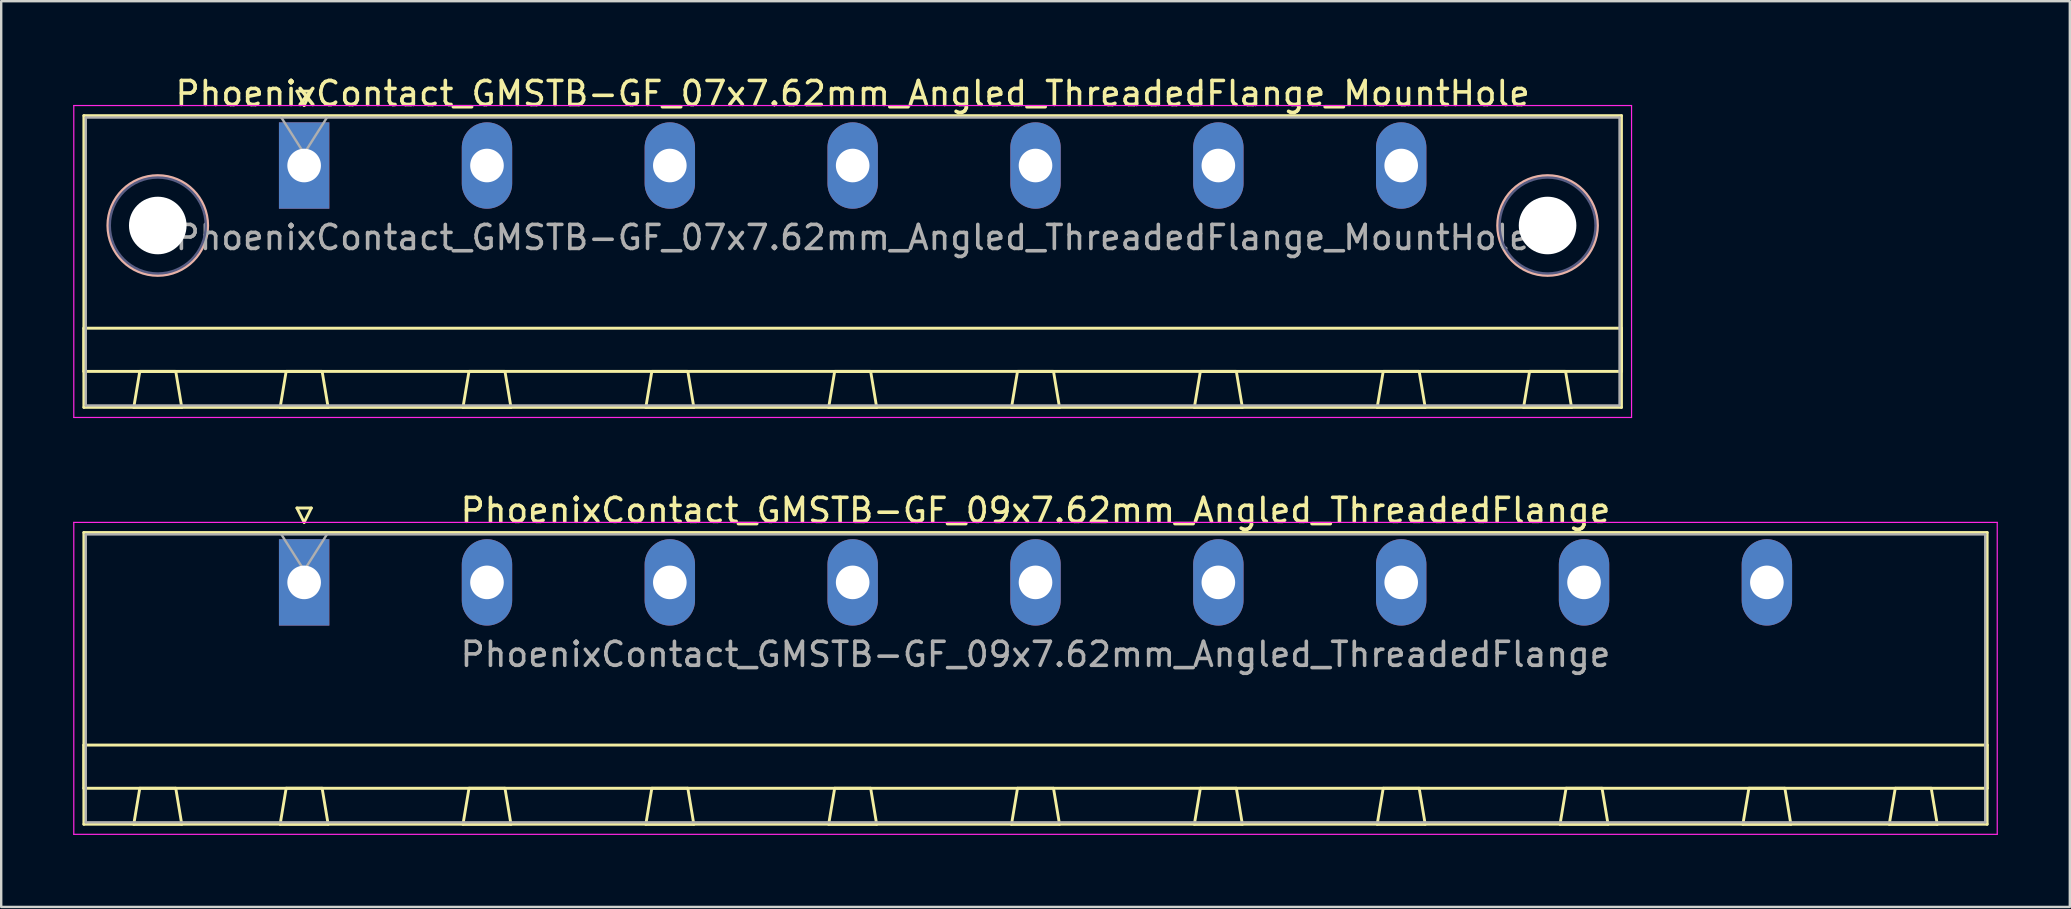
<source format=kicad_pcb>
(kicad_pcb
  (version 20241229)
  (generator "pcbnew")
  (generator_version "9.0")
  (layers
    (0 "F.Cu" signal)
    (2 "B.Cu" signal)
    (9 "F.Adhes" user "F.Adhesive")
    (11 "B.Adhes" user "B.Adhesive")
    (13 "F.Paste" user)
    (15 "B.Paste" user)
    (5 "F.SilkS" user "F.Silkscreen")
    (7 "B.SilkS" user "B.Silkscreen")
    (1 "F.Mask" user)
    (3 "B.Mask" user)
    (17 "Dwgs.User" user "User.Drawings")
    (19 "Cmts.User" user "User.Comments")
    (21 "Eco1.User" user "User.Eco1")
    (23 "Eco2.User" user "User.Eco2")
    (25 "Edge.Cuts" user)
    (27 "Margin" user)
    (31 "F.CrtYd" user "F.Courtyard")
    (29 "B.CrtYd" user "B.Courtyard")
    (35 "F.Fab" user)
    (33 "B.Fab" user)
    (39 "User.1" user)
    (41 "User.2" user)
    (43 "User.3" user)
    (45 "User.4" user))
  (footprint "PhoenixContact_GMSTB-GF_09x7.62mm_Angled_ThreadedFlange"
    (layer "F.Cu")
    (at 9.625 21.221)
    (property "Reference" "PhoenixContact_GMSTB-GF_09x7.62mm_Angled_ThreadedFlange" (at 30.48 -3 0) (layer "F.SilkS") (effects (font (size 1 1) (thickness 0.15))))
    (attr through_hole)
    (fp_line (start -9.18 -2.08) (end -9.18 10.08) (stroke (width 0.12) (type solid)) (layer "F.SilkS"))
    (fp_line (start -9.18 6.78) (end 70.14 6.78) (stroke (width 0.12) (type solid)) (layer "F.SilkS"))
    (fp_line (start -9.18 8.58) (end -9.18 6.78) (stroke (width 0.12) (type solid)) (layer "F.SilkS"))
    (fp_line (start -9.18 10.08) (end 70.14 10.08) (stroke (width 0.12) (type solid)) (layer "F.SilkS"))
    (fp_line (start -7.1 10.08) (end -5.1 10.08) (stroke (width 0.12) (type solid)) (layer "F.SilkS"))
    (fp_line (start -6.85 8.58) (end -7.1 10.08) (stroke (width 0.12) (type solid)) (layer "F.SilkS"))
    (fp_line (start -5.35 8.58) (end -6.85 8.58) (stroke (width 0.12) (type solid)) (layer "F.SilkS"))
    (fp_line (start -5.1 10.08) (end -5.35 8.58) (stroke (width 0.12) (type solid)) (layer "F.SilkS"))
    (fp_line (start -1 10.08) (end 1 10.08) (stroke (width 0.12) (type solid)) (layer "F.SilkS"))
    (fp_line (start -0.75 8.58) (end -1 10.08) (stroke (width 0.12) (type solid)) (layer "F.SilkS"))
    (fp_line (start -0.3 -3.1) (end 0.3 -3.1) (stroke (width 0.12) (type solid)) (layer "F.SilkS"))
    (fp_line (start 0 -2.5) (end -0.3 -3.1) (stroke (width 0.12) (type solid)) (layer "F.SilkS"))
    (fp_line (start 0.3 -3.1) (end 0 -2.5) (stroke (width 0.12) (type solid)) (layer "F.SilkS"))
    (fp_line (start 0.75 8.58) (end -0.75 8.58) (stroke (width 0.12) (type solid)) (layer "F.SilkS"))
    (fp_line (start 1 10.08) (end 0.75 8.58) (stroke (width 0.12) (type solid)) (layer "F.SilkS"))
    (fp_line (start 6.62 10.08) (end 8.62 10.08) (stroke (width 0.12) (type solid)) (layer "F.SilkS"))
    (fp_line (start 6.87 8.58) (end 6.62 10.08) (stroke (width 0.12) (type solid)) (layer "F.SilkS"))
    (fp_line (start 8.37 8.58) (end 6.87 8.58) (stroke (width 0.12) (type solid)) (layer "F.SilkS"))
    (fp_line (start 8.62 10.08) (end 8.37 8.58) (stroke (width 0.12) (type solid)) (layer "F.SilkS"))
    (fp_line (start 14.24 10.08) (end 16.24 10.08) (stroke (width 0.12) (type solid)) (layer "F.SilkS"))
    (fp_line (start 14.49 8.58) (end 14.24 10.08) (stroke (width 0.12) (type solid)) (layer "F.SilkS"))
    (fp_line (start 15.99 8.58) (end 14.49 8.58) (stroke (width 0.12) (type solid)) (layer "F.SilkS"))
    (fp_line (start 16.24 10.08) (end 15.99 8.58) (stroke (width 0.12) (type solid)) (layer "F.SilkS"))
    (fp_line (start 21.86 10.08) (end 23.86 10.08) (stroke (width 0.12) (type solid)) (layer "F.SilkS"))
    (fp_line (start 22.11 8.58) (end 21.86 10.08) (stroke (width 0.12) (type solid)) (layer "F.SilkS"))
    (fp_line (start 23.61 8.58) (end 22.11 8.58) (stroke (width 0.12) (type solid)) (layer "F.SilkS"))
    (fp_line (start 23.86 10.08) (end 23.61 8.58) (stroke (width 0.12) (type solid)) (layer "F.SilkS"))
    (fp_line (start 29.48 10.08) (end 31.48 10.08) (stroke (width 0.12) (type solid)) (layer "F.SilkS"))
    (fp_line (start 29.73 8.58) (end 29.48 10.08) (stroke (width 0.12) (type solid)) (layer "F.SilkS"))
    (fp_line (start 31.23 8.58) (end 29.73 8.58) (stroke (width 0.12) (type solid)) (layer "F.SilkS"))
    (fp_line (start 31.48 10.08) (end 31.23 8.58) (stroke (width 0.12) (type solid)) (layer "F.SilkS"))
    (fp_line (start 37.1 10.08) (end 39.1 10.08) (stroke (width 0.12) (type solid)) (layer "F.SilkS"))
    (fp_line (start 37.35 8.58) (end 37.1 10.08) (stroke (width 0.12) (type solid)) (layer "F.SilkS"))
    (fp_line (start 38.85 8.58) (end 37.35 8.58) (stroke (width 0.12) (type solid)) (layer "F.SilkS"))
    (fp_line (start 39.1 10.08) (end 38.85 8.58) (stroke (width 0.12) (type solid)) (layer "F.SilkS"))
    (fp_line (start 44.72 10.08) (end 46.72 10.08) (stroke (width 0.12) (type solid)) (layer "F.SilkS"))
    (fp_line (start 44.97 8.58) (end 44.72 10.08) (stroke (width 0.12) (type solid)) (layer "F.SilkS"))
    (fp_line (start 46.47 8.58) (end 44.97 8.58) (stroke (width 0.12) (type solid)) (layer "F.SilkS"))
    (fp_line (start 46.72 10.08) (end 46.47 8.58) (stroke (width 0.12) (type solid)) (layer "F.SilkS"))
    (fp_line (start 52.34 10.08) (end 54.34 10.08) (stroke (width 0.12) (type solid)) (layer "F.SilkS"))
    (fp_line (start 52.59 8.58) (end 52.34 10.08) (stroke (width 0.12) (type solid)) (layer "F.SilkS"))
    (fp_line (start 54.09 8.58) (end 52.59 8.58) (stroke (width 0.12) (type solid)) (layer "F.SilkS"))
    (fp_line (start 54.34 10.08) (end 54.09 8.58) (stroke (width 0.12) (type solid)) (layer "F.SilkS"))
    (fp_line (start 59.96 10.08) (end 61.96 10.08) (stroke (width 0.12) (type solid)) (layer "F.SilkS"))
    (fp_line (start 60.21 8.58) (end 59.96 10.08) (stroke (width 0.12) (type solid)) (layer "F.SilkS"))
    (fp_line (start 61.71 8.58) (end 60.21 8.58) (stroke (width 0.12) (type solid)) (layer "F.SilkS"))
    (fp_line (start 61.96 10.08) (end 61.71 8.58) (stroke (width 0.12) (type solid)) (layer "F.SilkS"))
    (fp_line (start 66.06 10.08) (end 68.06 10.08) (stroke (width 0.12) (type solid)) (layer "F.SilkS"))
    (fp_line (start 66.31 8.58) (end 66.06 10.08) (stroke (width 0.12) (type solid)) (layer "F.SilkS"))
    (fp_line (start 67.81 8.58) (end 66.31 8.58) (stroke (width 0.12) (type solid)) (layer "F.SilkS"))
    (fp_line (start 68.06 10.08) (end 67.81 8.58) (stroke (width 0.12) (type solid)) (layer "F.SilkS"))
    (fp_line (start 70.14 -2.08) (end -9.18 -2.08) (stroke (width 0.12) (type solid)) (layer "F.SilkS"))
    (fp_line (start 70.14 6.78) (end 70.14 8.58) (stroke (width 0.12) (type solid)) (layer "F.SilkS"))
    (fp_line (start 70.14 8.58) (end -9.18 8.58) (stroke (width 0.12) (type solid)) (layer "F.SilkS"))
    (fp_line (start 70.14 10.08) (end 70.14 -2.08) (stroke (width 0.12) (type solid)) (layer "F.SilkS"))
    (fp_line (start -9.6 -2.5) (end -9.6 10.5) (stroke (width 0.05) (type solid)) (layer "F.CrtYd"))
    (fp_line (start -9.6 10.5) (end 70.56 10.5) (stroke (width 0.05) (type solid)) (layer "F.CrtYd"))
    (fp_line (start 70.56 -2.5) (end -9.6 -2.5) (stroke (width 0.05) (type solid)) (layer "F.CrtYd"))
    (fp_line (start 70.56 10.5) (end 70.56 -2.5) (stroke (width 0.05) (type solid)) (layer "F.CrtYd"))
    (fp_line (start -9.1 -2) (end -9.1 10) (stroke (width 0.1) (type solid)) (layer "F.Fab"))
    (fp_line (start -9.1 10) (end 70.06 10) (stroke (width 0.1) (type solid)) (layer "F.Fab"))
    (fp_line (start 0 -0.5) (end -0.95 -2) (stroke (width 0.1) (type solid)) (layer "F.Fab"))
    (fp_line (start 0.95 -2) (end 0 -0.5) (stroke (width 0.1) (type solid)) (layer "F.Fab"))
    (fp_line (start 70.06 -2) (end -9.1 -2) (stroke (width 0.1) (type solid)) (layer "F.Fab"))
    (fp_line (start 70.06 10) (end 70.06 -2) (stroke (width 0.1) (type solid)) (layer "F.Fab"))
    (fp_text user "${REFERENCE}" (at 30.48 3 0) (layer "F.Fab") (effects (font (size 1 1) (thickness 0.15))))
    (pad "1" thru_hole rect (at 0 0) (size 2.1 3.6) (drill 1.4) (layers "*.Cu" "*.Mask"))
    (pad "2" thru_hole oval (at 7.62 0) (size 2.1 3.6) (drill 1.4) (layers "*.Cu" "*.Mask"))
    (pad "3" thru_hole oval (at 15.24 0) (size 2.1 3.6) (drill 1.4) (layers "*.Cu" "*.Mask"))
    (pad "4" thru_hole oval (at 22.86 0) (size 2.1 3.6) (drill 1.4) (layers "*.Cu" "*.Mask"))
    (pad "5" thru_hole oval (at 30.48 0) (size 2.1 3.6) (drill 1.4) (layers "*.Cu" "*.Mask"))
    (pad "6" thru_hole oval (at 38.1 0) (size 2.1 3.6) (drill 1.4) (layers "*.Cu" "*.Mask"))
    (pad "7" thru_hole oval (at 45.72 0) (size 2.1 3.6) (drill 1.4) (layers "*.Cu" "*.Mask"))
    (pad "8" thru_hole oval (at 53.34 0) (size 2.1 3.6) (drill 1.4) (layers "*.Cu" "*.Mask"))
    (pad "9" thru_hole oval (at 60.96 0) (size 2.1 3.6) (drill 1.4) (layers "*.Cu" "*.Mask")))
  (footprint "PhoenixContact_GMSTB-GF_07x7.62mm_Angled_ThreadedFlange_MountHole"
    (layer "F.Cu")
    (at 9.625 3.848)
    (property "Reference" "PhoenixContact_GMSTB-GF_07x7.62mm_Angled_ThreadedFlange_MountHole" (at 22.86 -3 0) (layer "F.SilkS") (effects (font (size 1 1) (thickness 0.15))))
    (attr through_hole)
    (fp_line (start -9.18 -2.08) (end -9.18 10.08) (stroke (width 0.12) (type solid)) (layer "F.SilkS"))
    (fp_line (start -9.18 6.78) (end 54.9 6.78) (stroke (width 0.12) (type solid)) (layer "F.SilkS"))
    (fp_line (start -9.18 8.58) (end -9.18 6.78) (stroke (width 0.12) (type solid)) (layer "F.SilkS"))
    (fp_line (start -9.18 10.08) (end 54.9 10.08) (stroke (width 0.12) (type solid)) (layer "F.SilkS"))
    (fp_line (start -7.1 10.08) (end -5.1 10.08) (stroke (width 0.12) (type solid)) (layer "F.SilkS"))
    (fp_line (start -6.85 8.58) (end -7.1 10.08) (stroke (width 0.12) (type solid)) (layer "F.SilkS"))
    (fp_line (start -5.35 8.58) (end -6.85 8.58) (stroke (width 0.12) (type solid)) (layer "F.SilkS"))
    (fp_line (start -5.1 10.08) (end -5.35 8.58) (stroke (width 0.12) (type solid)) (layer "F.SilkS"))
    (fp_line (start -1 10.08) (end 1 10.08) (stroke (width 0.12) (type solid)) (layer "F.SilkS"))
    (fp_line (start -0.75 8.58) (end -1 10.08) (stroke (width 0.12) (type solid)) (layer "F.SilkS"))
    (fp_line (start -0.3 -3.1) (end 0.3 -3.1) (stroke (width 0.12) (type solid)) (layer "F.SilkS"))
    (fp_line (start 0 -2.5) (end -0.3 -3.1) (stroke (width 0.12) (type solid)) (layer "F.SilkS"))
    (fp_line (start 0.3 -3.1) (end 0 -2.5) (stroke (width 0.12) (type solid)) (layer "F.SilkS"))
    (fp_line (start 0.75 8.58) (end -0.75 8.58) (stroke (width 0.12) (type solid)) (layer "F.SilkS"))
    (fp_line (start 1 10.08) (end 0.75 8.58) (stroke (width 0.12) (type solid)) (layer "F.SilkS"))
    (fp_line (start 6.62 10.08) (end 8.62 10.08) (stroke (width 0.12) (type solid)) (layer "F.SilkS"))
    (fp_line (start 6.87 8.58) (end 6.62 10.08) (stroke (width 0.12) (type solid)) (layer "F.SilkS"))
    (fp_line (start 8.37 8.58) (end 6.87 8.58) (stroke (width 0.12) (type solid)) (layer "F.SilkS"))
    (fp_line (start 8.62 10.08) (end 8.37 8.58) (stroke (width 0.12) (type solid)) (layer "F.SilkS"))
    (fp_line (start 14.24 10.08) (end 16.24 10.08) (stroke (width 0.12) (type solid)) (layer "F.SilkS"))
    (fp_line (start 14.49 8.58) (end 14.24 10.08) (stroke (width 0.12) (type solid)) (layer "F.SilkS"))
    (fp_line (start 15.99 8.58) (end 14.49 8.58) (stroke (width 0.12) (type solid)) (layer "F.SilkS"))
    (fp_line (start 16.24 10.08) (end 15.99 8.58) (stroke (width 0.12) (type solid)) (layer "F.SilkS"))
    (fp_line (start 21.86 10.08) (end 23.86 10.08) (stroke (width 0.12) (type solid)) (layer "F.SilkS"))
    (fp_line (start 22.11 8.58) (end 21.86 10.08) (stroke (width 0.12) (type solid)) (layer "F.SilkS"))
    (fp_line (start 23.61 8.58) (end 22.11 8.58) (stroke (width 0.12) (type solid)) (layer "F.SilkS"))
    (fp_line (start 23.86 10.08) (end 23.61 8.58) (stroke (width 0.12) (type solid)) (layer "F.SilkS"))
    (fp_line (start 29.48 10.08) (end 31.48 10.08) (stroke (width 0.12) (type solid)) (layer "F.SilkS"))
    (fp_line (start 29.73 8.58) (end 29.48 10.08) (stroke (width 0.12) (type solid)) (layer "F.SilkS"))
    (fp_line (start 31.23 8.58) (end 29.73 8.58) (stroke (width 0.12) (type solid)) (layer "F.SilkS"))
    (fp_line (start 31.48 10.08) (end 31.23 8.58) (stroke (width 0.12) (type solid)) (layer "F.SilkS"))
    (fp_line (start 37.1 10.08) (end 39.1 10.08) (stroke (width 0.12) (type solid)) (layer "F.SilkS"))
    (fp_line (start 37.35 8.58) (end 37.1 10.08) (stroke (width 0.12) (type solid)) (layer "F.SilkS"))
    (fp_line (start 38.85 8.58) (end 37.35 8.58) (stroke (width 0.12) (type solid)) (layer "F.SilkS"))
    (fp_line (start 39.1 10.08) (end 38.85 8.58) (stroke (width 0.12) (type solid)) (layer "F.SilkS"))
    (fp_line (start 44.72 10.08) (end 46.72 10.08) (stroke (width 0.12) (type solid)) (layer "F.SilkS"))
    (fp_line (start 44.97 8.58) (end 44.72 10.08) (stroke (width 0.12) (type solid)) (layer "F.SilkS"))
    (fp_line (start 46.47 8.58) (end 44.97 8.58) (stroke (width 0.12) (type solid)) (layer "F.SilkS"))
    (fp_line (start 46.72 10.08) (end 46.47 8.58) (stroke (width 0.12) (type solid)) (layer "F.SilkS"))
    (fp_line (start 50.82 10.08) (end 52.82 10.08) (stroke (width 0.12) (type solid)) (layer "F.SilkS"))
    (fp_line (start 51.07 8.58) (end 50.82 10.08) (stroke (width 0.12) (type solid)) (layer "F.SilkS"))
    (fp_line (start 52.57 8.58) (end 51.07 8.58) (stroke (width 0.12) (type solid)) (layer "F.SilkS"))
    (fp_line (start 52.82 10.08) (end 52.57 8.58) (stroke (width 0.12) (type solid)) (layer "F.SilkS"))
    (fp_line (start 54.9 -2.08) (end -9.18 -2.08) (stroke (width 0.12) (type solid)) (layer "F.SilkS"))
    (fp_line (start 54.9 6.78) (end 54.9 8.58) (stroke (width 0.12) (type solid)) (layer "F.SilkS"))
    (fp_line (start 54.9 8.58) (end -9.18 8.58) (stroke (width 0.12) (type solid)) (layer "F.SilkS"))
    (fp_line (start 54.9 10.08) (end 54.9 -2.08) (stroke (width 0.12) (type solid)) (layer "F.SilkS"))
    (fp_circle (center -6.1 2.5) (end -4.02 2.5) (stroke (width 0.12) (type solid)) (fill no) (layer "B.SilkS"))
    (fp_circle (center 51.82 2.5) (end 53.9 2.5) (stroke (width 0.12) (type solid)) (fill no) (layer "B.SilkS"))
    (fp_line (start -9.6 -2.5) (end -9.6 10.5) (stroke (width 0.05) (type solid)) (layer "F.CrtYd"))
    (fp_line (start -9.6 10.5) (end 55.32 10.5) (stroke (width 0.05) (type solid)) (layer "F.CrtYd"))
    (fp_line (start 55.32 -2.5) (end -9.6 -2.5) (stroke (width 0.05) (type solid)) (layer "F.CrtYd"))
    (fp_line (start 55.32 10.5) (end 55.32 -2.5) (stroke (width 0.05) (type solid)) (layer "F.CrtYd"))
    (fp_circle (center -6.1 2.5) (end -4.1 2.5) (stroke (width 0.1) (type solid)) (fill no) (layer "B.Fab"))
    (fp_circle (center 51.82 2.5) (end 53.82 2.5) (stroke (width 0.1) (type solid)) (fill no) (layer "B.Fab"))
    (fp_line (start -9.1 -2) (end -9.1 10) (stroke (width 0.1) (type solid)) (layer "F.Fab"))
    (fp_line (start -9.1 10) (end 54.82 10) (stroke (width 0.1) (type solid)) (layer "F.Fab"))
    (fp_line (start 0 -0.5) (end -0.95 -2) (stroke (width 0.1) (type solid)) (layer "F.Fab"))
    (fp_line (start 0.95 -2) (end 0 -0.5) (stroke (width 0.1) (type solid)) (layer "F.Fab"))
    (fp_line (start 54.82 -2) (end -9.1 -2) (stroke (width 0.1) (type solid)) (layer "F.Fab"))
    (fp_line (start 54.82 10) (end 54.82 -2) (stroke (width 0.1) (type solid)) (layer "F.Fab"))
    (fp_text user "${REFERENCE}" (at 22.86 3 0) (layer "F.Fab") (effects (font (size 1 1) (thickness 0.15))))
    (pad "" np_thru_hole circle (at -6.1 2.5) (size 2.4 2.4) (drill 2.4) (layers "*.Cu" "*.Mask"))
    (pad "" np_thru_hole circle (at 51.82 2.5) (size 2.4 2.4) (drill 2.4) (layers "*.Cu" "*.Mask"))
    (pad "1" thru_hole rect (at 0 0) (size 2.1 3.6) (drill 1.4) (layers "*.Cu" "*.Mask"))
    (pad "2" thru_hole oval (at 7.62 0) (size 2.1 3.6) (drill 1.4) (layers "*.Cu" "*.Mask"))
    (pad "3" thru_hole oval (at 15.24 0) (size 2.1 3.6) (drill 1.4) (layers "*.Cu" "*.Mask"))
    (pad "4" thru_hole oval (at 22.86 0) (size 2.1 3.6) (drill 1.4) (layers "*.Cu" "*.Mask"))
    (pad "5" thru_hole oval (at 30.48 0) (size 2.1 3.6) (drill 1.4) (layers "*.Cu" "*.Mask"))
    (pad "6" thru_hole oval (at 38.1 0) (size 2.1 3.6) (drill 1.4) (layers "*.Cu" "*.Mask"))
    (pad "7" thru_hole oval (at 45.72 0) (size 2.1 3.6) (drill 1.4) (layers "*.Cu" "*.Mask")))
  (gr_rect
    (start -3 -3)
    (end 83.21 34.746)
    (stroke (width 0.1) (type default))
    (fill no)
    (layer "Edge.Cuts")))
</source>
